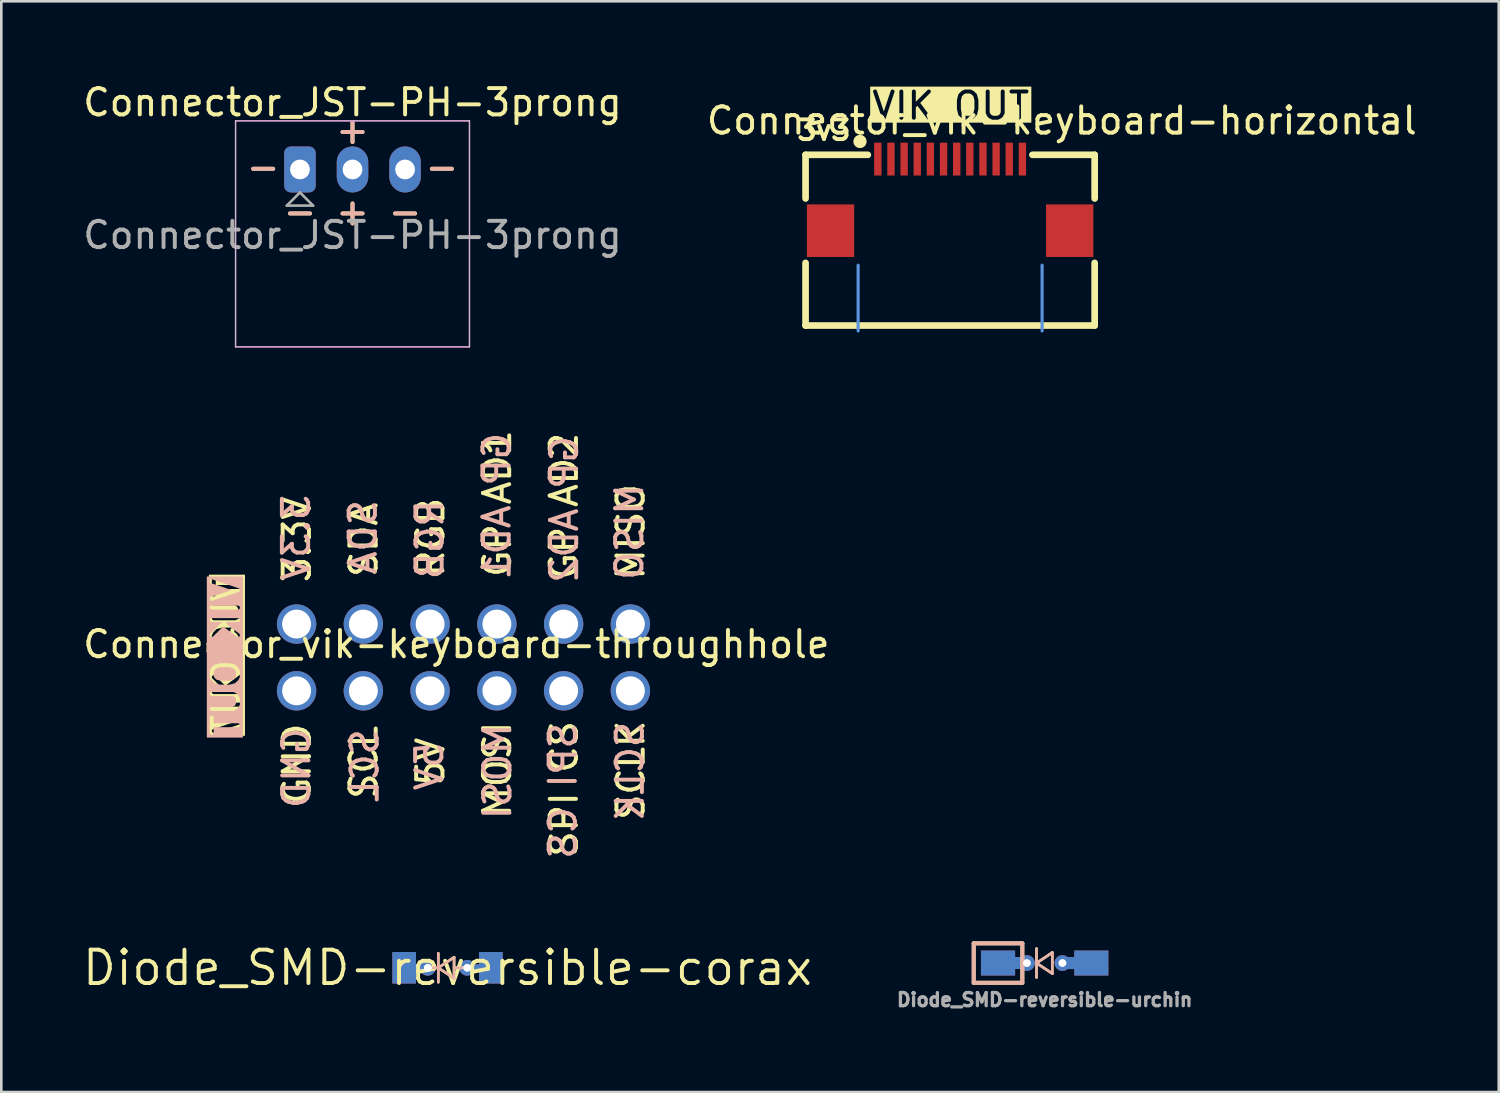
<source format=kicad_pcb>
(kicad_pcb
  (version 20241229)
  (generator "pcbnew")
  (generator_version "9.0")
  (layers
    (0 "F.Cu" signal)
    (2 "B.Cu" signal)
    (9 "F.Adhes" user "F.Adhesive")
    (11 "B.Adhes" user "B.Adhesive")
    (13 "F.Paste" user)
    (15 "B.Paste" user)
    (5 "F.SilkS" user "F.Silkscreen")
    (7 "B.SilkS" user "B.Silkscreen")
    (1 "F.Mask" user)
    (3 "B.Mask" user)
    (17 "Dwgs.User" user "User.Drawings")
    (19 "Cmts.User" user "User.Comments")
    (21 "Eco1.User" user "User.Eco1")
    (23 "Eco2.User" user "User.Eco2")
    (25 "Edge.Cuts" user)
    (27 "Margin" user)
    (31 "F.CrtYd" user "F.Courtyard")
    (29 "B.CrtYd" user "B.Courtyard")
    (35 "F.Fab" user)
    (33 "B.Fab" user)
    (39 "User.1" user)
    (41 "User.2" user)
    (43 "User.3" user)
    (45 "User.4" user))
  (footprint "Connector_vik-keyboard-throughhole"
    (layer "F.Cu")
    (at 13.235 21.965)
    (property "Reference" "Connector_vik-keyboard-throughhole" (at 1.08 -0.5 0) (unlocked yes) (layer "F.SilkS") (effects (font (size 1 1) (thickness 0.15))))
    (attr smd)
    (fp_text user "SCL" (at -1.86 5.47 90) (unlocked yes) (layer "F.SilkS") (effects (font (size 1 1) (thickness 0.15)) (justify left bottom)))
    (fp_text user "VIK OUT" (at -7.02 2.99 90) (unlocked yes) (layer "F.SilkS" knockout) (effects (font (size 1 1) (thickness 0.15)) (justify left bottom)))
    (fp_text user "SPI CS" (at 5.76 7.67 90) (unlocked yes) (layer "F.SilkS") (effects (font (size 1 1) (thickness 0.15)) (justify left bottom)))
    (fp_text user "5V" (at 0.68 4.97 90) (unlocked yes) (layer "F.SilkS") (effects (font (size 1 1) (thickness 0.15)) (justify left bottom)))
    (fp_text user "3.3V" (at -4.4 -2.77 90) (unlocked yes) (layer "F.SilkS") (effects (font (size 1 1) (thickness 0.15)) (justify left bottom)))
    (fp_text user "GND" (at -4.4 5.67 90) (unlocked yes) (layer "F.SilkS") (effects (font (size 1 1) (thickness 0.15)) (justify left bottom)))
    (fp_text user "RGB" (at 0.68 -2.97 90) (unlocked yes) (layer "F.SilkS") (effects (font (size 1 1) (thickness 0.15)) (justify left bottom)))
    (fp_text user "GP AD2" (at 5.76 -2.87 90) (unlocked yes) (layer "F.SilkS") (effects (font (size 1 1) (thickness 0.15)) (justify left bottom)))
    (fp_text user "SDA" (at -1.86 -2.97 90) (unlocked yes) (layer "F.SilkS") (effects (font (size 1 1) (thickness 0.15)) (justify left bottom)))
    (fp_text user "GP AD1" (at 3.22 -2.97 90) (unlocked yes) (layer "F.SilkS") (effects (font (size 1 1) (thickness 0.15)) (justify left bottom)))
    (fp_text user "SCLK" (at 8.3 6.27 90) (unlocked yes) (layer "F.SilkS") (effects (font (size 1 1) (thickness 0.15)) (justify left bottom)))
    (fp_text user "MISO" (at 8.3 -2.87 90) (unlocked yes) (layer "F.SilkS") (effects (font (size 1 1) (thickness 0.15)) (justify left bottom)))
    (fp_text user "MOSI" (at 3.22 6.17 90) (unlocked yes) (layer "F.SilkS") (effects (font (size 1 1) (thickness 0.15)) (justify left bottom)))
    (fp_text user "SCL" (at -1.82 2.64 90) (unlocked yes) (layer "B.SilkS") (effects (font (size 1 1) (thickness 0.15)) (justify left bottom mirror)))
    (fp_text user "RGB" (at 0.65 -6.08 90) (unlocked yes) (layer "B.SilkS") (effects (font (size 1 1) (thickness 0.15)) (justify left bottom mirror)))
    (fp_text user "SDA" (at -1.89 -6.08 90) (unlocked yes) (layer "B.SilkS") (effects (font (size 1 1) (thickness 0.15)) (justify left bottom mirror)))
    (fp_text user "GP AD1" (at 3.2 -8.64 90) (unlocked yes) (layer "B.SilkS") (effects (font (size 1 1) (thickness 0.15)) (justify left bottom mirror)))
    (fp_text user "GP AD2" (at 5.77 -8.52 90) (unlocked yes) (layer "B.SilkS") (effects (font (size 1 1) (thickness 0.15)) (justify left bottom mirror)))
    (fp_text user "VIK OUT" (at -7.1 -3.09 90) (unlocked yes) (layer "B.SilkS" knockout) (effects (font (size 1 1) (thickness 0.15)) (justify left bottom mirror)))
    (fp_text user "SPI CS" (at 5.72 2.41 90) (unlocked yes) (layer "B.SilkS") (effects (font (size 1 1) (thickness 0.15)) (justify left bottom mirror)))
    (fp_text user "MOSI" (at 3.23 2.43 90) (unlocked yes) (layer "B.SilkS") (effects (font (size 1 1) (thickness 0.15)) (justify left bottom mirror)))
    (fp_text user "3.3V" (at -4.43 -6.28 90) (unlocked yes) (layer "B.SilkS") (effects (font (size 1 1) (thickness 0.15)) (justify left bottom mirror)))
    (fp_text user "SCLK" (at 8.27 2.36 90) (unlocked yes) (layer "B.SilkS") (effects (font (size 1 1) (thickness 0.15)) (justify left bottom mirror)))
    (fp_text user "MISO" (at 8.25 -6.68 90) (unlocked yes) (layer "B.SilkS") (effects (font (size 1 1) (thickness 0.15)) (justify left bottom mirror)))
    (fp_text user "5V" (at 0.64 3.14 90) (unlocked yes) (layer "B.SilkS") (effects (font (size 1 1) (thickness 0.15)) (justify left bottom mirror)))
    (fp_text user "GND" (at -4.42 2.58 90) (unlocked yes) (layer "B.SilkS") (effects (font (size 1 1) (thickness 0.15)) (justify left bottom mirror)))
    (pad "1" thru_hole circle (at -5 -1.27) (size 1.5 1.5) (drill 1.1) (layers "*.Cu" "*.Mask"))
    (pad "2" thru_hole circle (at -5 1.27) (size 1.5 1.5) (drill 1.1) (layers "*.Cu" "*.Mask"))
    (pad "3" thru_hole circle (at -2.46 -1.27) (size 1.5 1.5) (drill 1.1) (layers "*.Cu" "*.Mask"))
    (pad "4" thru_hole circle (at -2.46 1.27) (size 1.5 1.5) (drill 1.1) (layers "*.Cu" "*.Mask"))
    (pad "5" thru_hole circle (at 0.08 -1.27) (size 1.5 1.5) (drill 1.1) (layers "*.Cu" "*.Mask"))
    (pad "6" thru_hole circle (at 0.08 1.27) (size 1.5 1.5) (drill 1.1) (layers "*.Cu" "*.Mask"))
    (pad "7" thru_hole circle (at 2.62 -1.27) (size 1.5 1.5) (drill 1.1) (layers "*.Cu" "*.Mask"))
    (pad "8" thru_hole circle (at 2.62 1.27) (size 1.5 1.5) (drill 1.1) (layers "*.Cu" "*.Mask"))
    (pad "9" thru_hole circle (at 5.16 -1.27) (size 1.5 1.5) (drill 1.1) (layers "*.Cu" "*.Mask"))
    (pad "10" thru_hole circle (at 5.16 1.27) (size 1.5 1.5) (drill 1.1) (layers "*.Cu" "*.Mask"))
    (pad "11" thru_hole circle (at 7.7 -1.27) (size 1.5 1.5) (drill 1.1) (layers "*.Cu" "*.Mask"))
    (pad "12" thru_hole circle (at 7.7 1.27) (size 1.5 1.5) (drill 1.1) (layers "*.Cu" "*.Mask")))
  (footprint "Connector_JST-PH-3prong"
    (layer "F.Cu")
    (at 10.383 5.858)
    (property "Reference" "Connector_JST-PH-3prong" (at -0.02 -5.01 0) (layer "F.SilkS") (effects (font (size 1 1) (thickness 0.15))))
    (attr through_hole)
    (fp_line (start -4.47 -4.31) (end -4.47 4.29) (stroke (width 0.05) (type solid)) (layer "Dwgs.User"))
    (fp_line (start -4.47 4.29) (end 4.43 4.29) (stroke (width 0.05) (type solid)) (layer "Dwgs.User"))
    (fp_line (start 4.43 -4.31) (end -4.47 -4.31) (stroke (width 0.05) (type solid)) (layer "Dwgs.User"))
    (fp_line (start 4.43 4.29) (end 4.43 -4.31) (stroke (width 0.05) (type solid)) (layer "Dwgs.User"))
    (fp_line (start -4.47 -4.31) (end -4.47 4.29) (stroke (width 0.05) (type solid)) (layer "F.CrtYd"))
    (fp_line (start -4.47 4.29) (end 4.43 4.29) (stroke (width 0.05) (type solid)) (layer "F.CrtYd"))
    (fp_line (start 4.43 -4.31) (end -4.47 -4.31) (stroke (width 0.05) (type solid)) (layer "F.CrtYd"))
    (fp_line (start 4.43 4.29) (end 4.43 -4.31) (stroke (width 0.05) (type solid)) (layer "F.CrtYd"))
    (fp_line (start -2.52 -1.085) (end -1.52 -1.085) (stroke (width 0.1) (type solid)) (layer "F.Fab"))
    (fp_line (start -2.02 -1.585) (end -2.52 -1.085) (stroke (width 0.1) (type solid)) (layer "F.Fab"))
    (fp_line (start -1.52 -1.085) (end -2.02 -1.585) (stroke (width 0.1) (type solid)) (layer "F.Fab"))
    (fp_text user "-" (at -2.02 -0.86 0) (unlocked yes) (layer "F.SilkS") (effects (font (size 1 1) (thickness 0.15))))
    (fp_text user "+" (at -0.02 -3.96 0) (unlocked yes) (layer "F.SilkS") (effects (font (size 1 1) (thickness 0.15))))
    (fp_text user "-" (at 1.98 -0.86 0) (unlocked yes) (layer "F.SilkS") (effects (font (size 1 1) (thickness 0.15))))
    (fp_text user "-" (at -3.42 -2.56 0) (unlocked yes) (layer "F.SilkS") (effects (font (size 1 1) (thickness 0.15))))
    (fp_text user "-" (at 3.38 -2.56 0) (unlocked yes) (layer "F.SilkS") (effects (font (size 1 1) (thickness 0.15))))
    (fp_text user "+" (at -0.02 -0.86 0) (unlocked yes) (layer "F.SilkS") (effects (font (size 1 1) (thickness 0.15))))
    (fp_text user "+" (at -0.02 -3.96 0) (unlocked yes) (layer "B.SilkS") (effects (font (size 1 1) (thickness 0.15))))
    (fp_text user "-" (at 1.98 -0.86 0) (unlocked yes) (layer "B.SilkS") (effects (font (size 1 1) (thickness 0.15))))
    (fp_text user "-" (at -2.02 -0.86 0) (unlocked yes) (layer "B.SilkS") (effects (font (size 1 1) (thickness 0.15))))
    (fp_text user "-" (at -3.42 -2.56 0) (unlocked yes) (layer "B.SilkS") (effects (font (size 1 1) (thickness 0.15))))
    (fp_text user "+" (at -0.02 -0.86 0) (unlocked yes) (layer "B.SilkS") (effects (font (size 1 1) (thickness 0.15))))
    (fp_text user "-" (at 3.38 -2.56 0) (unlocked yes) (layer "B.SilkS") (effects (font (size 1 1) (thickness 0.15))))
    (fp_text user "${REFERENCE}" (at -0.02 0.04 0) (layer "F.Fab") (effects (font (size 1 1) (thickness 0.15))))
    (pad "1" thru_hole roundrect (at -2.02 -2.46) (size 1.2 1.75) (drill 0.75) (layers "*.Cu" "*.Mask") (roundrect_rratio 0.208))
    (pad "2" thru_hole oval (at -0.02 -2.46) (size 1.2 1.75) (drill 0.75) (layers "*.Cu" "*.Mask"))
    (pad "3" thru_hole oval (at 1.98 -2.46) (size 1.2 1.75) (drill 0.75) (layers "*.Cu" "*.Mask")))
  (footprint "Diode_SMD-reversible-corax"
    (layer "F.Cu")
    (at 13.977 33.774)
    (property "Reference" "Diode_SMD-reversible-corax" (at 0 0 0) (layer "F.SilkS") (effects (font (size 1.27 1.27) (thickness 0.15))))
    (attr through_hole)
    (fp_line (start -0.75 0) (end -0.35 0) (stroke (width 0.1) (type solid)) (layer "F.SilkS"))
    (fp_line (start -0.35 0) (end -0.35 -0.55) (stroke (width 0.1) (type solid)) (layer "F.SilkS"))
    (fp_line (start -0.35 0) (end -0.35 0.55) (stroke (width 0.1) (type solid)) (layer "F.SilkS"))
    (fp_line (start -0.35 0) (end 0.25 -0.4) (stroke (width 0.1) (type solid)) (layer "F.SilkS"))
    (fp_line (start 0.25 -0.4) (end 0.25 0.4) (stroke (width 0.1) (type solid)) (layer "F.SilkS"))
    (fp_line (start 0.25 0) (end 0.75 0) (stroke (width 0.1) (type solid)) (layer "F.SilkS"))
    (fp_line (start 0.25 0.4) (end -0.35 0) (stroke (width 0.1) (type solid)) (layer "F.SilkS"))
    (fp_line (start -0.75 0) (end -0.35 0) (stroke (width 0.1) (type solid)) (layer "B.SilkS"))
    (fp_line (start -0.35 0) (end -0.35 -0.55) (stroke (width 0.1) (type solid)) (layer "B.SilkS"))
    (fp_line (start -0.35 0) (end -0.35 0.55) (stroke (width 0.1) (type solid)) (layer "B.SilkS"))
    (fp_line (start -0.35 0) (end 0.25 -0.4) (stroke (width 0.1) (type solid)) (layer "B.SilkS"))
    (fp_line (start 0.25 -0.4) (end 0.25 0.4) (stroke (width 0.1) (type solid)) (layer "B.SilkS"))
    (fp_line (start 0.25 0) (end 0.75 0) (stroke (width 0.1) (type solid)) (layer "B.SilkS"))
    (fp_line (start 0.25 0.4) (end -0.35 0) (stroke (width 0.1) (type solid)) (layer "B.SilkS"))
    (pad "1" smd rect (at -1.65 0) (size 0.9 1.2) (layers "F.Cu" "F.Mask" "F.Paste"))
    (pad "1" smd rect (at -1.65 0) (size 0.9 1.2) (layers "B.Cu" "B.Mask" "B.Paste"))
    (pad "1" smd rect (at -1.12 0) (size 0.381 0.262) (layers "F.Cu" "F.Mask" "F.Paste"))
    (pad "1" smd rect (at -1.12 0) (size 0.381 0.262) (layers "B.Cu" "B.Mask" "B.Paste"))
    (pad "1" thru_hole circle (at -0.75 0) (size 0.6 0.6) (drill 0.3) (layers "*.Cu" "*.Mask"))
    (pad "2" thru_hole circle (at 0.75 0) (size 0.6 0.6) (drill 0.3) (layers "*.Cu" "*.Mask"))
    (pad "2" smd rect (at 1.109 0) (size 0.381 0.262) (layers "F.Cu" "F.Mask" "F.Paste"))
    (pad "2" smd rect (at 1.109 0) (size 0.381 0.262) (layers "B.Cu" "B.Mask" "B.Paste"))
    (pad "2" smd rect (at 1.65 0) (size 0.9 1.2) (layers "F.Cu" "F.Mask" "F.Paste"))
    (pad "2" smd rect (at 1.65 0) (size 0.9 1.2) (layers "B.Cu" "B.Mask" "B.Paste")))
  (footprint "Diode_SMD-reversible-urchin"
    (layer "F.Cu")
    (at 36.699 33.593)
    (property "Reference" "Diode_SMD-reversible-urchin" (at 0 1.397 0) (layer "F.Fab") (effects (font (size 0.5 0.5) (thickness 0.125))))
    (fp_poly (pts (xy -2.375 -0.425) (xy -1.175 -0.425) (xy -1.175 0.425) (xy -2.375 0.425)) (stroke (width 0.1) (type solid)) (fill yes) (layer "F.Mask"))
    (fp_poly (pts (xy 1.175 -0.425) (xy 2.375 -0.425) (xy 2.375 0.425) (xy 1.175 0.425)) (stroke (width 0.1) (type solid)) (fill yes) (layer "F.Mask"))
    (fp_poly (pts (xy -2.375 -0.425) (xy -1.175 -0.425) (xy -1.175 0.425) (xy -2.375 0.425)) (stroke (width 0.1) (type solid)) (fill yes) (layer "B.Mask"))
    (fp_poly (pts (xy 1.175 -0.425) (xy 2.375 -0.425) (xy 2.375 0.425) (xy 1.175 0.425)) (stroke (width 0.1) (type solid)) (fill yes) (layer "B.Mask"))
    (fp_line (start -2.7 -0.75) (end -2.7 0.75) (stroke (width 0.15) (type solid)) (layer "F.SilkS"))
    (fp_line (start -2.7 0.75) (end -0.85 0.75) (stroke (width 0.15) (type solid)) (layer "F.SilkS"))
    (fp_line (start -0.85 -0.75) (end -2.7 -0.75) (stroke (width 0.15) (type solid)) (layer "F.SilkS"))
    (fp_line (start -0.85 -0.75) (end -0.85 0.75) (stroke (width 0.15) (type solid)) (layer "F.SilkS"))
    (fp_line (start -0.31 0) (end -0.31 -0.55) (stroke (width 0.1) (type solid)) (layer "F.SilkS"))
    (fp_line (start -0.31 0) (end -0.31 0.55) (stroke (width 0.1) (type solid)) (layer "F.SilkS"))
    (fp_line (start -0.31 0) (end 0.29 -0.4) (stroke (width 0.1) (type solid)) (layer "F.SilkS"))
    (fp_line (start 0.29 -0.4) (end 0.29 0.4) (stroke (width 0.1) (type solid)) (layer "F.SilkS"))
    (fp_line (start 0.29 0.4) (end -0.31 0) (stroke (width 0.1) (type solid)) (layer "F.SilkS"))
    (fp_line (start -2.7 -0.75) (end -2.7 0.75) (stroke (width 0.15) (type solid)) (layer "B.SilkS"))
    (fp_line (start -2.7 0.75) (end -0.85 0.75) (stroke (width 0.15) (type solid)) (layer "B.SilkS"))
    (fp_line (start -0.85 -0.75) (end -2.7 -0.75) (stroke (width 0.15) (type solid)) (layer "B.SilkS"))
    (fp_line (start -0.85 -0.75) (end -0.85 0.75) (stroke (width 0.15) (type solid)) (layer "B.SilkS"))
    (fp_line (start -0.31 0) (end -0.31 -0.55) (stroke (width 0.1) (type solid)) (layer "B.SilkS"))
    (fp_line (start -0.31 0) (end -0.31 0.55) (stroke (width 0.1) (type solid)) (layer "B.SilkS"))
    (fp_line (start -0.31 0) (end 0.29 -0.4) (stroke (width 0.1) (type solid)) (layer "B.SilkS"))
    (fp_line (start 0.29 -0.4) (end 0.29 0.4) (stroke (width 0.1) (type solid)) (layer "B.SilkS"))
    (fp_line (start 0.29 0.4) (end -0.31 0) (stroke (width 0.1) (type solid)) (layer "B.SilkS"))
    (pad "1" smd custom (at -1.775 0) (size 1.3 0.95) (layers "F.Cu") (options (anchor rect)) (primitives (gr_poly (pts (xy 1.094 0.177) (xy 0.521 0.177) (xy 0.521 -0.178) (xy 1.094 -0.178)) (width 0.1) (fill yes))))
    (pad "1" smd custom (at -1.775 0) (size 1.3 0.95) (layers "B.Cu") (options (anchor rect)) (primitives (gr_poly (pts (xy 1.094 0.177) (xy 0.521 0.177) (xy 0.521 -0.179) (xy 1.094 -0.179)) (width 0.1) (fill yes))))
    (pad "1" thru_hole circle (at -0.675 0) (size 0.6 0.6) (drill 0.3) (layers "*.Cu" "*.Mask"))
    (pad "2" thru_hole circle (at 0.675 0.0004) (size 0.6 0.6) (drill 0.3) (layers "*.Cu" "*.Mask"))
    (pad "2" smd custom (at 1.775 0) (size 1.3 0.95) (layers "F.Cu") (options (anchor rect)) (primitives (gr_poly (pts (xy -0.521 0.179) (xy -1.094 0.179) (xy -1.094 -0.177) (xy -0.521 -0.177)) (width 0.1) (fill yes))))
    (pad "2" smd custom (at 1.775 0) (size 1.3 0.95) (layers "B.Cu") (options (anchor rect)) (primitives (gr_poly (pts (xy -0.521 0.179) (xy -1.094 0.179) (xy -1.094 -0.177) (xy -0.521 -0.177)) (width 0.1) (fill yes)))))
  (footprint "Connector_vik-keyboard-horizontal"
    (layer "F.Cu")
    (at 33.101 5.041)
    (property "Reference" "Connector_vik-keyboard-horizontal" (at 4.25 -3.5 0) (unlocked yes) (layer "F.SilkS") (effects (font (size 1 1) (thickness 0.15))))
    (attr smd)
    (fp_line (start -5.5 -2.2) (end -3.131 -2.2) (stroke (width 0.254) (type solid)) (layer "F.SilkS"))
    (fp_line (start -5.5 -0.539) (end -5.5 -2.2) (stroke (width 0.254) (type solid)) (layer "F.SilkS"))
    (fp_line (start -5.5 4.295) (end -5.5 1.912) (stroke (width 0.254) (type solid)) (layer "F.SilkS"))
    (fp_line (start 5.5 -2.2) (end 3.131 -2.2) (stroke (width 0.254) (type solid)) (layer "F.SilkS"))
    (fp_line (start 5.5 -0.539) (end 5.5 -2.2) (stroke (width 0.254) (type solid)) (layer "F.SilkS"))
    (fp_line (start 5.5 4.295) (end -5.5 4.295) (stroke (width 0.254) (type solid)) (layer "F.SilkS"))
    (fp_line (start 5.5 4.295) (end 5.5 1.912) (stroke (width 0.254) (type solid)) (layer "F.SilkS"))
    (fp_circle (center -3.429 -2.708) (end -3.302 -2.708) (stroke (width 0.254) (type solid)) (fill no) (layer "F.SilkS"))
    (fp_line (start -3.5 2) (end -3.5 4.5) (stroke (width 0.12) (type default)) (layer "Cmts.User"))
    (fp_line (start 3.5 2) (end 3.5 4.5) (stroke (width 0.12) (type default)) (layer "Cmts.User"))
    (fp_text user "3v3" (at -5.9 -2.7 0) (unlocked yes) (layer "F.SilkS") (effects (font (size 0.75 0.75) (thickness 0.15)) (justify left bottom)))
    (fp_text user "VIK OUT" (at -3.05 -3.48 0) (unlocked yes) (layer "F.SilkS" knockout) (effects (font (size 1 1) (thickness 0.15)) (justify left bottom)))
    (fp_text user "C479750" (at 0 0.75 0) (layer "User.2") (effects (font (size 1 1) (thickness 0.15))))
    (pad "1" smd rect (at -2.75 -2.038) (size 0.28 1.25) (layers "F.Cu" "F.Mask" "F.Paste"))
    (pad "2" smd rect (at -2.25 -2.038) (size 0.28 1.25) (layers "F.Cu" "F.Mask" "F.Paste"))
    (pad "3" smd rect (at -1.75 -2.038) (size 0.28 1.25) (layers "F.Cu" "F.Mask" "F.Paste"))
    (pad "4" smd rect (at -1.25 -2.038) (size 0.28 1.25) (layers "F.Cu" "F.Mask" "F.Paste"))
    (pad "5" smd rect (at -0.75 -2.038) (size 0.28 1.25) (layers "F.Cu" "F.Mask" "F.Paste"))
    (pad "6" smd rect (at -0.25 -2.038) (size 0.28 1.25) (layers "F.Cu" "F.Mask" "F.Paste"))
    (pad "7" smd rect (at 0.25 -2.038) (size 0.28 1.25) (layers "F.Cu" "F.Mask" "F.Paste"))
    (pad "8" smd rect (at 0.75 -2.038) (size 0.28 1.25) (layers "F.Cu" "F.Mask" "F.Paste"))
    (pad "9" smd rect (at 1.25 -2.038) (size 0.28 1.25) (layers "F.Cu" "F.Mask" "F.Paste"))
    (pad "10" smd rect (at 1.75 -2.038) (size 0.28 1.25) (layers "F.Cu" "F.Mask" "F.Paste"))
    (pad "11" smd rect (at 2.25 -2.038) (size 0.28 1.25) (layers "F.Cu" "F.Mask" "F.Paste"))
    (pad "12" smd rect (at 2.75 -2.038) (size 0.28 1.25) (layers "F.Cu" "F.Mask" "F.Paste"))
    (pad "13" smd rect (at 4.55 0.686) (size 1.8 2) (layers "F.Cu" "F.Mask" "F.Paste"))
    (pad "14" smd rect (at -4.55 0.686) (size 1.8 2) (layers "F.Cu" "F.Mask" "F.Paste")))
  (gr_rect
    (start -3 -3)
    (end 53.976 38.501)
    (stroke (width 0.1) (type default))
    (fill no)
    (layer "Edge.Cuts")))
</source>
